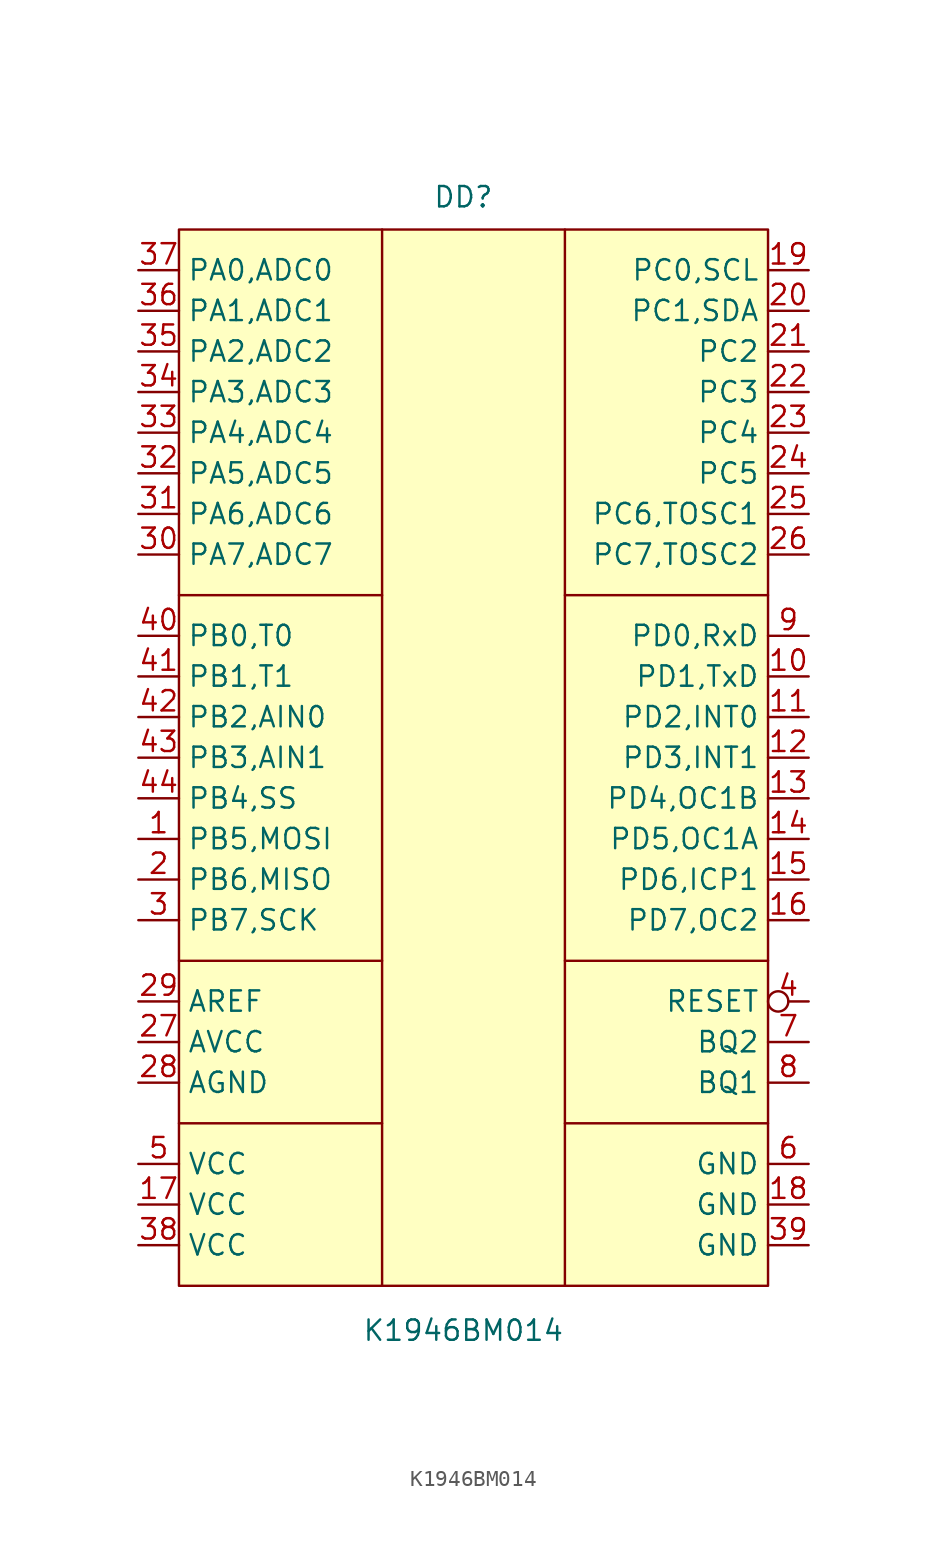
<source format=kicad_sym>
(kicad_symbol_lib
  (version 20231120)
  (generator "kicad_symbol_editor")
  (generator_version "8.0")
  (symbol "К1946ВМ014"
    (property "Reference" "DD"
      (at 0 24.892 0)
      (effects (font (size 1.27 1.27))))
    (property "Value" "К1946ВМ014"
      (at 0 -45.974 0)
      (effects (font (size 1.27 1.27))))
    (symbol "К1946ВМ014_0_1"
      (polyline (pts (xy -17.78 -33.02) (xy -5.08 -33.02)) (stroke (width 0) (type default)) (fill (type none)))
      (polyline (pts (xy -17.78 -22.86) (xy -5.08 -22.86)) (stroke (width 0) (type default)) (fill (type none)))
      (polyline (pts (xy -17.78 0) (xy -5.08 0)) (stroke (width 0) (type default)) (fill (type none)))
      (polyline (pts (xy 6.35 -33.02) (xy 19.05 -33.02)) (stroke (width 0) (type default)) (fill (type none)))
      (polyline (pts (xy 6.35 -22.86) (xy 19.05 -22.86)) (stroke (width 0) (type default)) (fill (type none)))
      (polyline (pts (xy 6.35 0) (xy 19.05 0)) (stroke (width 0) (type default)) (fill (type none))))
    (symbol "К1946ВМ014_1_0"
      (pin power_in line (at -20.32 -38.1 0) (length 2.54) (name "VCC" (effects (font (size 1.27 1.27)))) (number "17" (effects (font (size 1.27 1.27)))))
      (pin power_in line (at 21.59 -38.1 180) (length 2.54) (name "GND" (effects (font (size 1.27 1.27)))) (number "18" (effects (font (size 1.27 1.27)))))
      (pin bidirectional line (at -20.32 -27.94 0) (length 2.54) (name "AVCC" (effects (font (size 1.27 1.27)))) (number "27" (effects (font (size 1.27 1.27)))))
      (pin bidirectional line (at -20.32 -30.48 0) (length 2.54) (name "AGND" (effects (font (size 1.27 1.27)))) (number "28" (effects (font (size 1.27 1.27)))))
      (pin bidirectional line (at -20.32 -25.4 0) (length 2.54) (name "AREF" (effects (font (size 1.27 1.27)))) (number "29" (effects (font (size 1.27 1.27)))))
      (pin power_in line (at -20.32 -40.64 0) (length 2.54) (name "VCC" (effects (font (size 1.27 1.27)))) (number "38" (effects (font (size 1.27 1.27)))))
      (pin power_in line (at 21.59 -40.64 180) (length 2.54) (name "GND" (effects (font (size 1.27 1.27)))) (number "39" (effects (font (size 1.27 1.27)))))
      (pin input inverted (at 21.59 -25.4 180) (length 2.54) (name "RESET" (effects (font (size 1.27 1.27)))) (number "4" (effects (font (size 1.27 1.27)))))
      (pin power_in line (at -20.32 -35.56 0) (length 2.54) (name "VCC" (effects (font (size 1.27 1.27)))) (number "5" (effects (font (size 1.27 1.27)))))
      (pin power_in line (at 21.59 -35.56 180) (length 2.54) (name "GND" (effects (font (size 1.27 1.27)))) (number "6" (effects (font (size 1.27 1.27)))))
      (pin bidirectional line (at 21.59 -27.94 180) (length 2.54) (name "BQ2" (effects (font (size 1.27 1.27)))) (number "7" (effects (font (size 1.27 1.27)))))
      (pin bidirectional line (at 21.59 -30.48 180) (length 2.54) (name "BQ1" (effects (font (size 1.27 1.27)))) (number "8" (effects (font (size 1.27 1.27))))))
    (symbol "К1946ВМ014_1_1"
      (rectangle (start -17.78 22.86) (end 19.05 -43.18) (stroke (width 0) (type default)) (fill (type background)))
      (polyline (pts (xy -5.08 22.86) (xy -5.08 -43.18)) (stroke (width 0) (type default)) (fill (type none)))
      (polyline (pts (xy 6.35 22.86) (xy 6.35 -43.18)) (stroke (width 0) (type default)) (fill (type none)))
      (pin bidirectional line (at -20.32 -15.24 0) (length 2.54) (name "PB5,MOSI" (effects (font (size 1.27 1.27)))) (number "1" (effects (font (size 1.27 1.27)))) (alternate "MOSI" input line) (alternate "PB5" bidirectional line))
      (pin bidirectional line (at 21.59 -5.08 180) (length 2.54) (name "PD1,TxD" (effects (font (size 1.27 1.27)))) (number "10" (effects (font (size 1.27 1.27)))) (alternate "PD1" bidirectional line) (alternate "TxD" bidirectional line))
      (pin bidirectional line (at 21.59 -7.62 180) (length 2.54) (name "PD2,INT0" (effects (font (size 1.27 1.27)))) (number "11" (effects (font (size 1.27 1.27)))) (alternate "INT0" bidirectional line) (alternate "PD2" bidirectional line))
      (pin bidirectional line (at 21.59 -10.16 180) (length 2.54) (name "PD3,INT1" (effects (font (size 1.27 1.27)))) (number "12" (effects (font (size 1.27 1.27)))) (alternate "INT1" bidirectional line) (alternate "PD3" bidirectional line))
      (pin bidirectional line (at 21.59 -12.7 180) (length 2.54) (name "PD4,OC1B" (effects (font (size 1.27 1.27)))) (number "13" (effects (font (size 1.27 1.27)))) (alternate "OC1B" bidirectional line) (alternate "PD4" bidirectional line))
      (pin bidirectional line (at 21.59 -15.24 180) (length 2.54) (name "PD5,OC1A" (effects (font (size 1.27 1.27)))) (number "14" (effects (font (size 1.27 1.27)))) (alternate "OC1A" bidirectional line) (alternate "PD5" bidirectional line))
      (pin bidirectional line (at 21.59 -17.78 180) (length 2.54) (name "PD6,ICP1" (effects (font (size 1.27 1.27)))) (number "15" (effects (font (size 1.27 1.27)))) (alternate "ICP1" bidirectional line) (alternate "PD6" bidirectional line))
      (pin bidirectional line (at 21.59 -20.32 180) (length 2.54) (name "PD7,OC2" (effects (font (size 1.27 1.27)))) (number "16" (effects (font (size 1.27 1.27)))) (alternate "OC2" bidirectional line) (alternate "PD7" bidirectional line))
      (pin bidirectional line (at 21.59 20.32 180) (length 2.54) (name "PC0,SCL" (effects (font (size 1.27 1.27)))) (number "19" (effects (font (size 1.27 1.27)))) (alternate "PC0" bidirectional line) (alternate "SCL" bidirectional line))
      (pin bidirectional line (at -20.32 -17.78 0) (length 2.54) (name "PB6,MISO" (effects (font (size 1.27 1.27)))) (number "2" (effects (font (size 1.27 1.27)))) (alternate "MISO" input line) (alternate "PB6" bidirectional line))
      (pin bidirectional line (at 21.59 17.78 180) (length 2.54) (name "PC1,SDA" (effects (font (size 1.27 1.27)))) (number "20" (effects (font (size 1.27 1.27)))) (alternate "PC1" bidirectional line) (alternate "SDA" bidirectional line))
      (pin bidirectional line (at 21.59 15.24 180) (length 2.54) (name "PC2" (effects (font (size 1.27 1.27)))) (number "21" (effects (font (size 1.27 1.27)))))
      (pin bidirectional line (at 21.59 12.7 180) (length 2.54) (name "PC3" (effects (font (size 1.27 1.27)))) (number "22" (effects (font (size 1.27 1.27)))))
      (pin bidirectional line (at 21.59 10.16 180) (length 2.54) (name "PC4" (effects (font (size 1.27 1.27)))) (number "23" (effects (font (size 1.27 1.27)))))
      (pin bidirectional line (at 21.59 7.62 180) (length 2.54) (name "PC5" (effects (font (size 1.27 1.27)))) (number "24" (effects (font (size 1.27 1.27)))))
      (pin bidirectional line (at 21.59 5.08 180) (length 2.54) (name "PC6,TOSC1" (effects (font (size 1.27 1.27)))) (number "25" (effects (font (size 1.27 1.27)))) (alternate "PC6" bidirectional line) (alternate "TOSC1" bidirectional line))
      (pin bidirectional line (at 21.59 2.54 180) (length 2.54) (name "PC7,TOSC2" (effects (font (size 1.27 1.27)))) (number "26" (effects (font (size 1.27 1.27)))) (alternate "PC7" bidirectional line) (alternate "TOSC2" bidirectional line))
      (pin bidirectional line (at -20.32 -20.32 0) (length 2.54) (name "PB7,SCK" (effects (font (size 1.27 1.27)))) (number "3" (effects (font (size 1.27 1.27)))) (alternate "PB7" bidirectional line) (alternate "SCK" input line))
      (pin bidirectional line (at -20.32 2.54 0) (length 2.54) (name "PA7,ADC7" (effects (font (size 1.27 1.27)))) (number "30" (effects (font (size 1.27 1.27)))) (alternate "ADC7" input line) (alternate "PA7" bidirectional line))
      (pin bidirectional line (at -20.32 5.08 0) (length 2.54) (name "PA6,ADC6" (effects (font (size 1.27 1.27)))) (number "31" (effects (font (size 1.27 1.27)))) (alternate "ADC6" input line) (alternate "PA6" bidirectional line))
      (pin bidirectional line (at -20.32 7.62 0) (length 2.54) (name "PA5,ADC5" (effects (font (size 1.27 1.27)))) (number "32" (effects (font (size 1.27 1.27)))) (alternate "ADC5" input line) (alternate "PA5" bidirectional line))
      (pin bidirectional line (at -20.32 10.16 0) (length 2.54) (name "PA4,ADC4" (effects (font (size 1.27 1.27)))) (number "33" (effects (font (size 1.27 1.27)))) (alternate "ADC4" input line) (alternate "PA4" bidirectional line))
      (pin bidirectional line (at -20.32 12.7 0) (length 2.54) (name "PA3,ADC3" (effects (font (size 1.27 1.27)))) (number "34" (effects (font (size 1.27 1.27)))) (alternate "ADC3" input line) (alternate "PA3" bidirectional line))
      (pin bidirectional line (at -20.32 15.24 0) (length 2.54) (name "PA2,ADC2" (effects (font (size 1.27 1.27)))) (number "35" (effects (font (size 1.27 1.27)))) (alternate "ADC2" input line) (alternate "PA2" bidirectional line))
      (pin bidirectional line (at -20.32 17.78 0) (length 2.54) (name "PA1,ADC1" (effects (font (size 1.27 1.27)))) (number "36" (effects (font (size 1.27 1.27)))) (alternate "ADC1" input line) (alternate "PA1" bidirectional line))
      (pin bidirectional line (at -20.32 20.32 0) (length 2.54) (name "PA0,ADC0" (effects (font (size 1.27 1.27)))) (number "37" (effects (font (size 1.27 1.27)))) (alternate "ADC0" input line) (alternate "PA0" bidirectional line))
      (pin bidirectional line (at -20.32 -2.54 0) (length 2.54) (name "PB0,T0" (effects (font (size 1.27 1.27)))) (number "40" (effects (font (size 1.27 1.27)))) (alternate "PB0" bidirectional line) (alternate "T0" input line))
      (pin bidirectional line (at -20.32 -5.08 0) (length 2.54) (name "PB1,T1" (effects (font (size 1.27 1.27)))) (number "41" (effects (font (size 1.27 1.27)))) (alternate "PB1" bidirectional line) (alternate "T1" input line))
      (pin bidirectional line (at -20.32 -7.62 0) (length 2.54) (name "PB2,AIN0" (effects (font (size 1.27 1.27)))) (number "42" (effects (font (size 1.27 1.27)))) (alternate "AIN0" input line) (alternate "PB2" bidirectional line))
      (pin bidirectional line (at -20.32 -10.16 0) (length 2.54) (name "PB3,AIN1" (effects (font (size 1.27 1.27)))) (number "43" (effects (font (size 1.27 1.27)))) (alternate "AIN1#" input line) (alternate "PB3" bidirectional line))
      (pin bidirectional line (at -20.32 -12.7 0) (length 2.54) (name "PB4,SS" (effects (font (size 1.27 1.27)))) (number "44" (effects (font (size 1.27 1.27)))) (alternate "PB4" bidirectional line) (alternate "SS#" input line))
      (pin bidirectional line (at 21.59 -2.54 180) (length 2.54) (name "PD0,RxD" (effects (font (size 1.27 1.27)))) (number "9" (effects (font (size 1.27 1.27)))) (alternate "PD0" bidirectional line) (alternate "RxD" bidirectional line)))))
</source>
